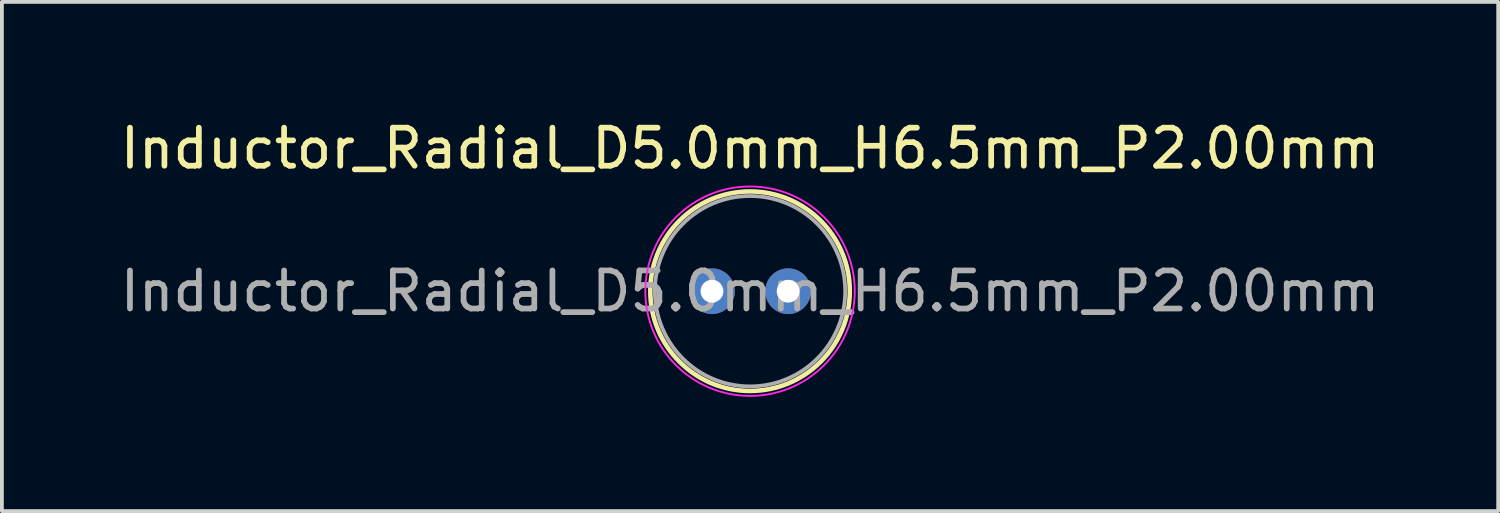
<source format=kicad_pcb>
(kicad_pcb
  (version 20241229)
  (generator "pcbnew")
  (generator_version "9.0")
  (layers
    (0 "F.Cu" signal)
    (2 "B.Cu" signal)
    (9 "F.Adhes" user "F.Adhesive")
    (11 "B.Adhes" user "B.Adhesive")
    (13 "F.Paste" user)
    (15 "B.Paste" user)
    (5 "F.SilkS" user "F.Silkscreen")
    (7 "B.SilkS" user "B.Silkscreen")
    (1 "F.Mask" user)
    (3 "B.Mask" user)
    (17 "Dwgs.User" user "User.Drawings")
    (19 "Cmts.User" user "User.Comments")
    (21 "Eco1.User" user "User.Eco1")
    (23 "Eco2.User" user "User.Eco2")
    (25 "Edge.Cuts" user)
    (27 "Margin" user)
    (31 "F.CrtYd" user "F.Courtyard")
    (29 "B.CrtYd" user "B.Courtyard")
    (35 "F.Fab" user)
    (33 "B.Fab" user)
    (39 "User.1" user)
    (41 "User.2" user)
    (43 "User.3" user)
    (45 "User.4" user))
  (footprint "Inductor_Radial_D5.0mm_H6.5mm_P2.00mm"
    (layer "F.Cu")
    (at 15.649 4.598)
    (property "Reference" "Inductor_Radial_D5.0mm_H6.5mm_P2.00mm" (at 1 -3.75 0) (layer "F.SilkS") (effects (font (size 1 1) (thickness 0.15))))
    (attr through_hole)
    (fp_circle (center 1 0) (end 3.62 0) (stroke (width 0.12) (type solid)) (fill no) (layer "F.SilkS"))
    (fp_circle (center 1 0) (end 3.75 0) (stroke (width 0.05) (type solid)) (fill no) (layer "F.CrtYd"))
    (fp_circle (center 1 0) (end 3.5 0) (stroke (width 0.1) (type solid)) (fill no) (layer "F.Fab"))
    (fp_text user "${REFERENCE}" (at 1 0 0) (layer "F.Fab") (effects (font (size 1 1) (thickness 0.15))))
    (pad "1" thru_hole circle (at 0 0) (size 1.2 1.2) (drill 0.6) (layers "*.Cu" "*.Mask"))
    (pad "2" thru_hole circle (at 2 0) (size 1.2 1.2) (drill 0.6) (layers "*.Cu" "*.Mask")))
  (gr_rect
    (start -3 -3)
    (end 36.298 10.373)
    (stroke (width 0.1) (type default))
    (fill no)
    (layer "Edge.Cuts")))
</source>
